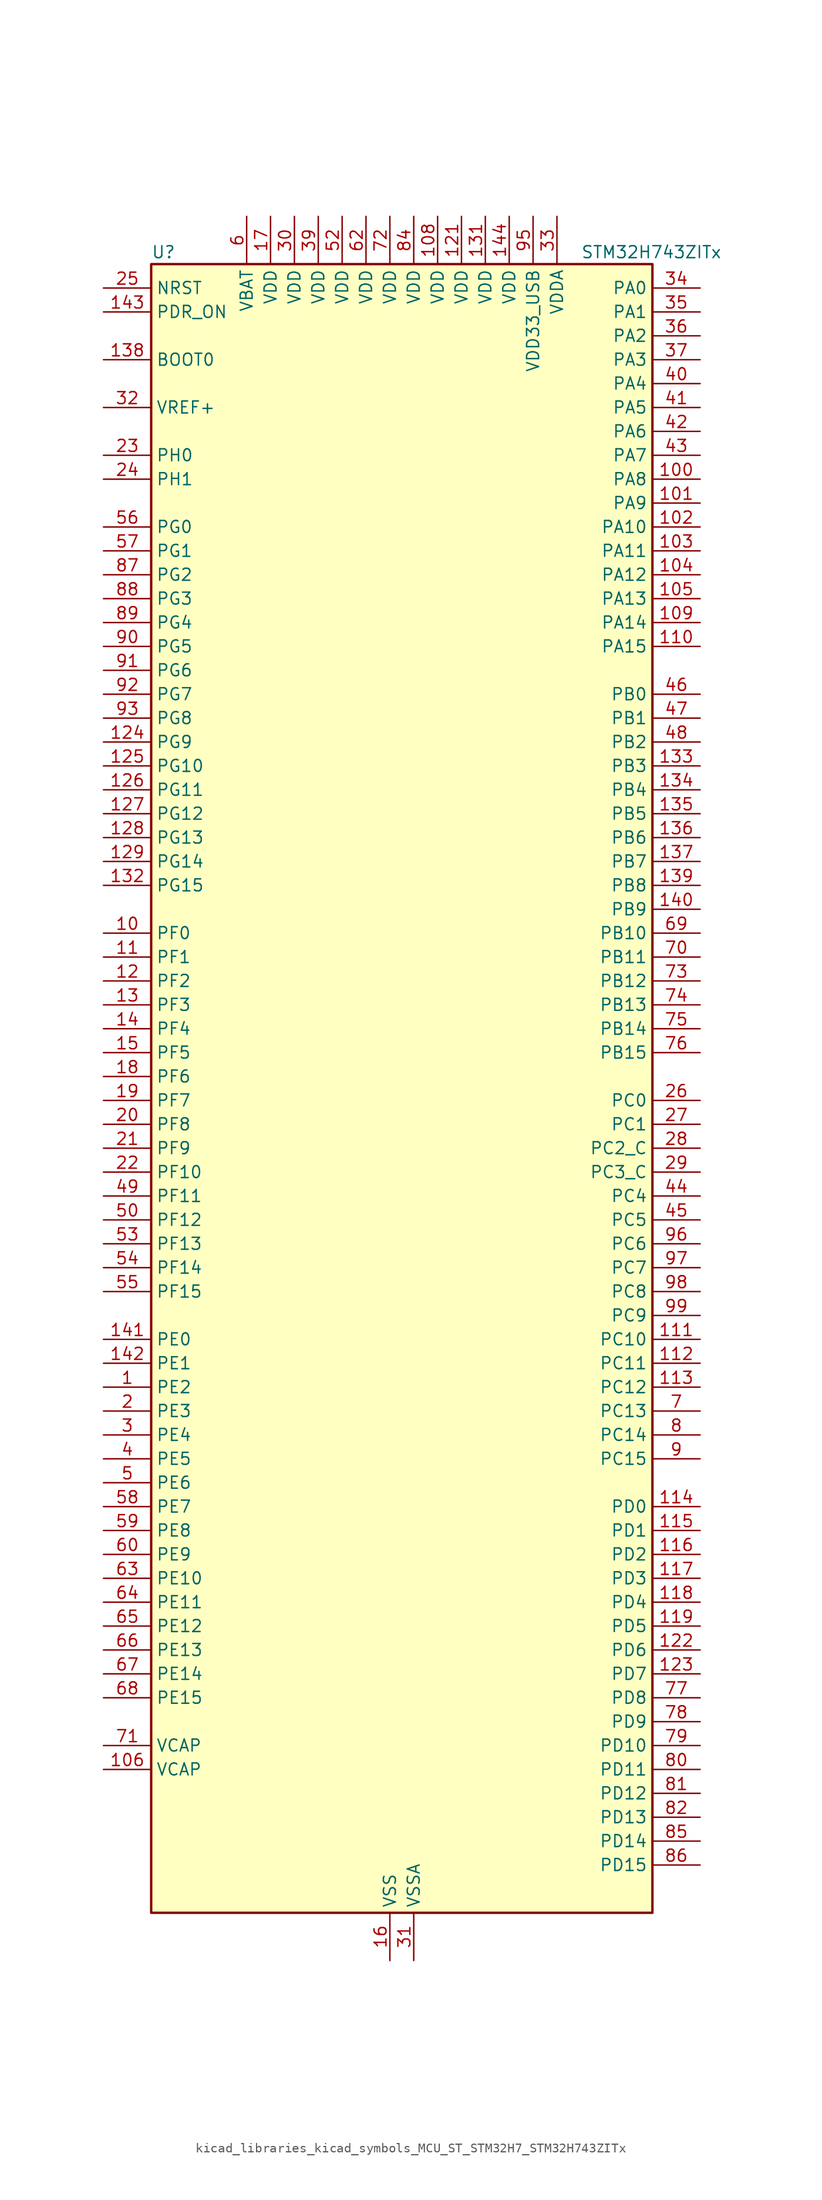
<source format=kicad_sym>
(kicad_symbol_lib
  (version 20220914)
  (generator kicad_symbol_editor)
  (symbol "kicad_libraries_kicad_symbols_MCU_ST_STM32H7_STM32H743ZITx"
    (property "Reference" "U"
      (at -25.4 90.17 0)
      (effects (font (size 1.27 1.27)) (justify left)))
    (property "Value" "STM32H743ZITx"
      (at 20.32 90.17 0)
      (effects (font (size 1.27 1.27)) (justify left)))
    (property "ki_locked" ""
      (at 0 0 0)
      (effects (font (size 1.27 1.27))))
    (symbol "kicad_libraries_kicad_symbols_MCU_ST_STM32H7_STM32H743ZITx_0_1"
      (rectangle (start -25.4 -86.36) (end 27.94 88.9) (stroke (width 0.254) (type default)) (fill (type background))))
    (symbol "kicad_libraries_kicad_symbols_MCU_ST_STM32H7_STM32H743ZITx_1_1"
      (pin bidirectional line (at -30.48 -30.48 0) (length 5.08) (name "PE2" (effects (font (size 1.27 1.27)))) (number "1" (effects (font (size 1.27 1.27)))) (alternate "DEBUG_TRACECLK" bidirectional line) (alternate "ETH_TXD3" bidirectional line) (alternate "FMC_A23" bidirectional line) (alternate "QUADSPI_BK1_IO2" bidirectional line) (alternate "SAI1_CK1" bidirectional line) (alternate "SAI1_MCLK_A" bidirectional line) (alternate "SAI4_CK1" bidirectional line) (alternate "SAI4_MCLK_A" bidirectional line) (alternate "SPI4_SCK" bidirectional line))
      (pin bidirectional line (at -30.48 17.78 0) (length 5.08) (name "PF0" (effects (font (size 1.27 1.27)))) (number "10" (effects (font (size 1.27 1.27)))) (alternate "FMC_A0" bidirectional line) (alternate "I2C2_SDA" bidirectional line))
      (pin bidirectional line (at 33.02 66.04 180) (length 5.08) (name "PA8" (effects (font (size 1.27 1.27)))) (number "100" (effects (font (size 1.27 1.27)))) (alternate "HRTIM_CHB2" bidirectional line) (alternate "I2C3_SCL" bidirectional line) (alternate "LTDC_B3" bidirectional line) (alternate "LTDC_R6" bidirectional line) (alternate "RCC_MCO_1" bidirectional line) (alternate "TIM1_CH1" bidirectional line) (alternate "TIM8_BKIN2" bidirectional line) (alternate "TIM8_BKIN2_COMP1" bidirectional line) (alternate "TIM8_BKIN2_COMP2" bidirectional line) (alternate "UART7_RX" bidirectional line) (alternate "USART1_CK" bidirectional line) (alternate "USB_OTG_FS_SOF" bidirectional line))
      (pin bidirectional line (at 33.02 63.5 180) (length 5.08) (name "PA9" (effects (font (size 1.27 1.27)))) (number "101" (effects (font (size 1.27 1.27)))) (alternate "DAC1_EXTI9" bidirectional line) (alternate "DCMI_D0" bidirectional line) (alternate "HRTIM_CHC1" bidirectional line) (alternate "I2C3_SMBA" bidirectional line) (alternate "I2S2_CK" bidirectional line) (alternate "LPUART1_TX" bidirectional line) (alternate "LTDC_R5" bidirectional line) (alternate "SPI2_SCK" bidirectional line) (alternate "TIM1_CH2" bidirectional line) (alternate "USART1_TX" bidirectional line) (alternate "USB_OTG_FS_VBUS" bidirectional line))
      (pin bidirectional line (at 33.02 60.96 180) (length 5.08) (name "PA10" (effects (font (size 1.27 1.27)))) (number "102" (effects (font (size 1.27 1.27)))) (alternate "DCMI_D1" bidirectional line) (alternate "HRTIM_CHC2" bidirectional line) (alternate "LPUART1_RX" bidirectional line) (alternate "LTDC_B1" bidirectional line) (alternate "LTDC_B4" bidirectional line) (alternate "MDIOS_MDIO" bidirectional line) (alternate "TIM1_CH3" bidirectional line) (alternate "USART1_RX" bidirectional line) (alternate "USB_OTG_FS_ID" bidirectional line))
      (pin bidirectional line (at 33.02 58.42 180) (length 5.08) (name "PA11" (effects (font (size 1.27 1.27)))) (number "103" (effects (font (size 1.27 1.27)))) (alternate "ADC1_EXTI11" bidirectional line) (alternate "ADC2_EXTI11" bidirectional line) (alternate "ADC3_EXTI11" bidirectional line) (alternate "FDCAN1_RX" bidirectional line) (alternate "HRTIM_CHD1" bidirectional line) (alternate "I2S2_WS" bidirectional line) (alternate "LPUART1_CTS" bidirectional line) (alternate "LTDC_R4" bidirectional line) (alternate "SPI2_NSS" bidirectional line) (alternate "TIM1_CH4" bidirectional line) (alternate "UART4_RX" bidirectional line) (alternate "USART1_CTS" bidirectional line) (alternate "USART1_NSS" bidirectional line) (alternate "USB_OTG_FS_DM" bidirectional line))
      (pin bidirectional line (at 33.02 55.88 180) (length 5.08) (name "PA12" (effects (font (size 1.27 1.27)))) (number "104" (effects (font (size 1.27 1.27)))) (alternate "FDCAN1_TX" bidirectional line) (alternate "HRTIM_CHD2" bidirectional line) (alternate "I2S2_CK" bidirectional line) (alternate "LPUART1_DE" bidirectional line) (alternate "LPUART1_RTS" bidirectional line) (alternate "LTDC_R5" bidirectional line) (alternate "SAI2_FS_B" bidirectional line) (alternate "SPI2_SCK" bidirectional line) (alternate "TIM1_ETR" bidirectional line) (alternate "UART4_TX" bidirectional line) (alternate "USART1_DE" bidirectional line) (alternate "USART1_RTS" bidirectional line) (alternate "USB_OTG_FS_DP" bidirectional line))
      (pin bidirectional line (at 33.02 53.34 180) (length 5.08) (name "PA13" (effects (font (size 1.27 1.27)))) (number "105" (effects (font (size 1.27 1.27)))) (alternate "DEBUG_JTMS-SWDIO" bidirectional line))
      (pin power_out line (at -30.48 -71.12 0) (length 5.08) (name "VCAP" (effects (font (size 1.27 1.27)))) (number "106" (effects (font (size 1.27 1.27)))))
      (pin passive line (at 0 -91.44 90) (length 5.08) hide (name "VSS" (effects (font (size 1.27 1.27)))) (number "107" (effects (font (size 1.27 1.27)))))
      (pin power_in line (at 5.08 93.98 270) (length 5.08) (name "VDD" (effects (font (size 1.27 1.27)))) (number "108" (effects (font (size 1.27 1.27)))))
      (pin bidirectional line (at 33.02 50.8 180) (length 5.08) (name "PA14" (effects (font (size 1.27 1.27)))) (number "109" (effects (font (size 1.27 1.27)))) (alternate "DEBUG_JTCK-SWCLK" bidirectional line))
      (pin bidirectional line (at -30.48 15.24 0) (length 5.08) (name "PF1" (effects (font (size 1.27 1.27)))) (number "11" (effects (font (size 1.27 1.27)))) (alternate "FMC_A1" bidirectional line) (alternate "I2C2_SCL" bidirectional line))
      (pin bidirectional line (at 33.02 48.26 180) (length 5.08) (name "PA15" (effects (font (size 1.27 1.27)))) (number "110" (effects (font (size 1.27 1.27)))) (alternate "ADC1_EXTI15" bidirectional line) (alternate "ADC2_EXTI15" bidirectional line) (alternate "ADC3_EXTI15" bidirectional line) (alternate "CEC" bidirectional line) (alternate "DEBUG_JTDI" bidirectional line) (alternate "HRTIM_FLT1" bidirectional line) (alternate "I2S1_WS" bidirectional line) (alternate "I2S3_WS" bidirectional line) (alternate "SPI1_NSS" bidirectional line) (alternate "SPI3_NSS" bidirectional line) (alternate "SPI6_NSS" bidirectional line) (alternate "TIM2_CH1" bidirectional line) (alternate "TIM2_ETR" bidirectional line) (alternate "UART4_DE" bidirectional line) (alternate "UART4_RTS" bidirectional line) (alternate "UART7_TX" bidirectional line))
      (pin bidirectional line (at 33.02 -25.4 180) (length 5.08) (name "PC10" (effects (font (size 1.27 1.27)))) (number "111" (effects (font (size 1.27 1.27)))) (alternate "DCMI_D8" bidirectional line) (alternate "DFSDM1_CKIN5" bidirectional line) (alternate "HRTIM_EEV1" bidirectional line) (alternate "I2S3_CK" bidirectional line) (alternate "LTDC_R2" bidirectional line) (alternate "QUADSPI_BK1_IO1" bidirectional line) (alternate "SDMMC1_D2" bidirectional line) (alternate "SPI3_SCK" bidirectional line) (alternate "UART4_TX" bidirectional line) (alternate "USART3_TX" bidirectional line))
      (pin bidirectional line (at 33.02 -27.94 180) (length 5.08) (name "PC11" (effects (font (size 1.27 1.27)))) (number "112" (effects (font (size 1.27 1.27)))) (alternate "ADC1_EXTI11" bidirectional line) (alternate "ADC2_EXTI11" bidirectional line) (alternate "ADC3_EXTI11" bidirectional line) (alternate "DCMI_D4" bidirectional line) (alternate "DFSDM1_DATIN5" bidirectional line) (alternate "HRTIM_FLT2" bidirectional line) (alternate "I2S3_SDI" bidirectional line) (alternate "QUADSPI_BK2_NCS" bidirectional line) (alternate "SDMMC1_D3" bidirectional line) (alternate "SPI3_MISO" bidirectional line) (alternate "UART4_RX" bidirectional line) (alternate "USART3_RX" bidirectional line))
      (pin bidirectional line (at 33.02 -30.48 180) (length 5.08) (name "PC12" (effects (font (size 1.27 1.27)))) (number "113" (effects (font (size 1.27 1.27)))) (alternate "DCMI_D9" bidirectional line) (alternate "DEBUG_TRACED3" bidirectional line) (alternate "HRTIM_EEV2" bidirectional line) (alternate "I2S3_SDO" bidirectional line) (alternate "SDMMC1_CK" bidirectional line) (alternate "SPI3_MOSI" bidirectional line) (alternate "UART5_TX" bidirectional line) (alternate "USART3_CK" bidirectional line))
      (pin bidirectional line (at 33.02 -43.18 180) (length 5.08) (name "PD0" (effects (font (size 1.27 1.27)))) (number "114" (effects (font (size 1.27 1.27)))) (alternate "DFSDM1_CKIN6" bidirectional line) (alternate "FDCAN1_RX" bidirectional line) (alternate "FMC_D2" bidirectional line) (alternate "FMC_DA2" bidirectional line) (alternate "SAI3_SCK_A" bidirectional line) (alternate "UART4_RX" bidirectional line))
      (pin bidirectional line (at 33.02 -45.72 180) (length 5.08) (name "PD1" (effects (font (size 1.27 1.27)))) (number "115" (effects (font (size 1.27 1.27)))) (alternate "DFSDM1_DATIN6" bidirectional line) (alternate "FDCAN1_TX" bidirectional line) (alternate "FMC_D3" bidirectional line) (alternate "FMC_DA3" bidirectional line) (alternate "SAI3_SD_A" bidirectional line) (alternate "UART4_TX" bidirectional line))
      (pin bidirectional line (at 33.02 -48.26 180) (length 5.08) (name "PD2" (effects (font (size 1.27 1.27)))) (number "116" (effects (font (size 1.27 1.27)))) (alternate "DCMI_D11" bidirectional line) (alternate "DEBUG_TRACED2" bidirectional line) (alternate "SDMMC1_CMD" bidirectional line) (alternate "TIM3_ETR" bidirectional line) (alternate "UART5_RX" bidirectional line))
      (pin bidirectional line (at 33.02 -50.8 180) (length 5.08) (name "PD3" (effects (font (size 1.27 1.27)))) (number "117" (effects (font (size 1.27 1.27)))) (alternate "DCMI_D5" bidirectional line) (alternate "DFSDM1_CKOUT" bidirectional line) (alternate "FMC_CLK" bidirectional line) (alternate "I2S2_CK" bidirectional line) (alternate "LTDC_G7" bidirectional line) (alternate "SPI2_SCK" bidirectional line) (alternate "USART2_CTS" bidirectional line) (alternate "USART2_NSS" bidirectional line))
      (pin bidirectional line (at 33.02 -53.34 180) (length 5.08) (name "PD4" (effects (font (size 1.27 1.27)))) (number "118" (effects (font (size 1.27 1.27)))) (alternate "FMC_NOE" bidirectional line) (alternate "HRTIM_FLT3" bidirectional line) (alternate "SAI3_FS_A" bidirectional line) (alternate "USART2_DE" bidirectional line) (alternate "USART2_RTS" bidirectional line))
      (pin bidirectional line (at 33.02 -55.88 180) (length 5.08) (name "PD5" (effects (font (size 1.27 1.27)))) (number "119" (effects (font (size 1.27 1.27)))) (alternate "FMC_NWE" bidirectional line) (alternate "HRTIM_EEV3" bidirectional line) (alternate "USART2_TX" bidirectional line))
      (pin bidirectional line (at -30.48 12.7 0) (length 5.08) (name "PF2" (effects (font (size 1.27 1.27)))) (number "12" (effects (font (size 1.27 1.27)))) (alternate "FMC_A2" bidirectional line) (alternate "I2C2_SMBA" bidirectional line))
      (pin passive line (at 0 -91.44 90) (length 5.08) hide (name "VSS" (effects (font (size 1.27 1.27)))) (number "120" (effects (font (size 1.27 1.27)))))
      (pin power_in line (at 7.62 93.98 270) (length 5.08) (name "VDD" (effects (font (size 1.27 1.27)))) (number "121" (effects (font (size 1.27 1.27)))))
      (pin bidirectional line (at 33.02 -58.42 180) (length 5.08) (name "PD6" (effects (font (size 1.27 1.27)))) (number "122" (effects (font (size 1.27 1.27)))) (alternate "DCMI_D10" bidirectional line) (alternate "DFSDM1_CKIN4" bidirectional line) (alternate "DFSDM1_DATIN1" bidirectional line) (alternate "FMC_NWAIT" bidirectional line) (alternate "I2S3_SDO" bidirectional line) (alternate "LTDC_B2" bidirectional line) (alternate "SAI1_D1" bidirectional line) (alternate "SAI1_SD_A" bidirectional line) (alternate "SAI4_D1" bidirectional line) (alternate "SAI4_SD_A" bidirectional line) (alternate "SDMMC2_CK" bidirectional line) (alternate "SPI3_MOSI" bidirectional line) (alternate "USART2_RX" bidirectional line))
      (pin bidirectional line (at 33.02 -60.96 180) (length 5.08) (name "PD7" (effects (font (size 1.27 1.27)))) (number "123" (effects (font (size 1.27 1.27)))) (alternate "DFSDM1_CKIN1" bidirectional line) (alternate "DFSDM1_DATIN4" bidirectional line) (alternate "FMC_NE1" bidirectional line) (alternate "I2S1_SDO" bidirectional line) (alternate "SDMMC2_CMD" bidirectional line) (alternate "SPDIFRX1_IN0" bidirectional line) (alternate "SPI1_MOSI" bidirectional line) (alternate "USART2_CK" bidirectional line))
      (pin bidirectional line (at -30.48 38.1 0) (length 5.08) (name "PG9" (effects (font (size 1.27 1.27)))) (number "124" (effects (font (size 1.27 1.27)))) (alternate "DAC1_EXTI9" bidirectional line) (alternate "DCMI_VSYNC" bidirectional line) (alternate "FMC_NCE" bidirectional line) (alternate "FMC_NE2" bidirectional line) (alternate "I2S1_SDI" bidirectional line) (alternate "QUADSPI_BK2_IO2" bidirectional line) (alternate "SAI2_FS_B" bidirectional line) (alternate "SPDIFRX1_IN3" bidirectional line) (alternate "SPI1_MISO" bidirectional line) (alternate "USART6_RX" bidirectional line))
      (pin bidirectional line (at -30.48 35.56 0) (length 5.08) (name "PG10" (effects (font (size 1.27 1.27)))) (number "125" (effects (font (size 1.27 1.27)))) (alternate "DCMI_D2" bidirectional line) (alternate "FMC_NE3" bidirectional line) (alternate "HRTIM_FLT5" bidirectional line) (alternate "I2S1_WS" bidirectional line) (alternate "LTDC_B2" bidirectional line) (alternate "LTDC_G3" bidirectional line) (alternate "SAI2_SD_B" bidirectional line) (alternate "SPI1_NSS" bidirectional line))
      (pin bidirectional line (at -30.48 33.02 0) (length 5.08) (name "PG11" (effects (font (size 1.27 1.27)))) (number "126" (effects (font (size 1.27 1.27)))) (alternate "ADC1_EXTI11" bidirectional line) (alternate "ADC2_EXTI11" bidirectional line) (alternate "ADC3_EXTI11" bidirectional line) (alternate "DCMI_D3" bidirectional line) (alternate "ETH_TX_EN" bidirectional line) (alternate "HRTIM_EEV4" bidirectional line) (alternate "I2S1_CK" bidirectional line) (alternate "LPTIM1_IN2" bidirectional line) (alternate "LTDC_B3" bidirectional line) (alternate "SDMMC2_D2" bidirectional line) (alternate "SPDIFRX1_IN0" bidirectional line) (alternate "SPI1_SCK" bidirectional line))
      (pin bidirectional line (at -30.48 30.48 0) (length 5.08) (name "PG12" (effects (font (size 1.27 1.27)))) (number "127" (effects (font (size 1.27 1.27)))) (alternate "ETH_TXD1" bidirectional line) (alternate "FMC_NE4" bidirectional line) (alternate "HRTIM_EEV5" bidirectional line) (alternate "LPTIM1_IN1" bidirectional line) (alternate "LTDC_B1" bidirectional line) (alternate "LTDC_B4" bidirectional line) (alternate "SPDIFRX1_IN1" bidirectional line) (alternate "SPI6_MISO" bidirectional line) (alternate "USART6_DE" bidirectional line) (alternate "USART6_RTS" bidirectional line))
      (pin bidirectional line (at -30.48 27.94 0) (length 5.08) (name "PG13" (effects (font (size 1.27 1.27)))) (number "128" (effects (font (size 1.27 1.27)))) (alternate "DEBUG_TRACED0" bidirectional line) (alternate "ETH_TXD0" bidirectional line) (alternate "FMC_A24" bidirectional line) (alternate "HRTIM_EEV10" bidirectional line) (alternate "LPTIM1_OUT" bidirectional line) (alternate "LTDC_R0" bidirectional line) (alternate "SPI6_SCK" bidirectional line) (alternate "USART6_CTS" bidirectional line) (alternate "USART6_NSS" bidirectional line))
      (pin bidirectional line (at -30.48 25.4 0) (length 5.08) (name "PG14" (effects (font (size 1.27 1.27)))) (number "129" (effects (font (size 1.27 1.27)))) (alternate "DEBUG_TRACED1" bidirectional line) (alternate "ETH_TXD1" bidirectional line) (alternate "FMC_A25" bidirectional line) (alternate "LPTIM1_ETR" bidirectional line) (alternate "LTDC_B0" bidirectional line) (alternate "QUADSPI_BK2_IO3" bidirectional line) (alternate "SPI6_MOSI" bidirectional line) (alternate "USART6_TX" bidirectional line))
      (pin bidirectional line (at -30.48 10.16 0) (length 5.08) (name "PF3" (effects (font (size 1.27 1.27)))) (number "13" (effects (font (size 1.27 1.27)))) (alternate "ADC3_INP5" bidirectional line) (alternate "FMC_A3" bidirectional line))
      (pin passive line (at 0 -91.44 90) (length 5.08) hide (name "VSS" (effects (font (size 1.27 1.27)))) (number "130" (effects (font (size 1.27 1.27)))))
      (pin power_in line (at 10.16 93.98 270) (length 5.08) (name "VDD" (effects (font (size 1.27 1.27)))) (number "131" (effects (font (size 1.27 1.27)))))
      (pin bidirectional line (at -30.48 22.86 0) (length 5.08) (name "PG15" (effects (font (size 1.27 1.27)))) (number "132" (effects (font (size 1.27 1.27)))) (alternate "ADC1_EXTI15" bidirectional line) (alternate "ADC2_EXTI15" bidirectional line) (alternate "ADC3_EXTI15" bidirectional line) (alternate "DCMI_D13" bidirectional line) (alternate "FMC_SDNCAS" bidirectional line) (alternate "USART6_CTS" bidirectional line) (alternate "USART6_NSS" bidirectional line))
      (pin bidirectional line (at 33.02 35.56 180) (length 5.08) (name "PB3" (effects (font (size 1.27 1.27)))) (number "133" (effects (font (size 1.27 1.27)))) (alternate "CRS_SYNC" bidirectional line) (alternate "DEBUG_JTDO-SWO" bidirectional line) (alternate "HRTIM_FLT4" bidirectional line) (alternate "I2S1_CK" bidirectional line) (alternate "I2S3_CK" bidirectional line) (alternate "SDMMC2_D2" bidirectional line) (alternate "SPI1_SCK" bidirectional line) (alternate "SPI3_SCK" bidirectional line) (alternate "SPI6_SCK" bidirectional line) (alternate "TIM2_CH2" bidirectional line) (alternate "UART7_RX" bidirectional line))
      (pin bidirectional line (at 33.02 33.02 180) (length 5.08) (name "PB4" (effects (font (size 1.27 1.27)))) (number "134" (effects (font (size 1.27 1.27)))) (alternate "DEBUG_JTRST" bidirectional line) (alternate "HRTIM_EEV6" bidirectional line) (alternate "I2S1_SDI" bidirectional line) (alternate "I2S2_WS" bidirectional line) (alternate "I2S3_SDI" bidirectional line) (alternate "SDMMC2_D3" bidirectional line) (alternate "SPI1_MISO" bidirectional line) (alternate "SPI2_NSS" bidirectional line) (alternate "SPI3_MISO" bidirectional line) (alternate "SPI6_MISO" bidirectional line) (alternate "TIM16_BKIN" bidirectional line) (alternate "TIM3_CH1" bidirectional line) (alternate "UART7_TX" bidirectional line))
      (pin bidirectional line (at 33.02 30.48 180) (length 5.08) (name "PB5" (effects (font (size 1.27 1.27)))) (number "135" (effects (font (size 1.27 1.27)))) (alternate "DCMI_D10" bidirectional line) (alternate "ETH_PPS_OUT" bidirectional line) (alternate "FDCAN2_RX" bidirectional line) (alternate "FMC_SDCKE1" bidirectional line) (alternate "HRTIM_EEV7" bidirectional line) (alternate "I2C1_SMBA" bidirectional line) (alternate "I2C4_SMBA" bidirectional line) (alternate "I2S1_SDO" bidirectional line) (alternate "I2S3_SDO" bidirectional line) (alternate "SPI1_MOSI" bidirectional line) (alternate "SPI3_MOSI" bidirectional line) (alternate "SPI6_MOSI" bidirectional line) (alternate "TIM17_BKIN" bidirectional line) (alternate "TIM3_CH2" bidirectional line) (alternate "UART5_RX" bidirectional line) (alternate "USB_OTG_HS_ULPI_D7" bidirectional line))
      (pin bidirectional line (at 33.02 27.94 180) (length 5.08) (name "PB6" (effects (font (size 1.27 1.27)))) (number "136" (effects (font (size 1.27 1.27)))) (alternate "CEC" bidirectional line) (alternate "DCMI_D5" bidirectional line) (alternate "DFSDM1_DATIN5" bidirectional line) (alternate "FDCAN2_TX" bidirectional line) (alternate "FMC_SDNE1" bidirectional line) (alternate "HRTIM_EEV8" bidirectional line) (alternate "I2C1_SCL" bidirectional line) (alternate "I2C4_SCL" bidirectional line) (alternate "LPUART1_TX" bidirectional line) (alternate "QUADSPI_BK1_NCS" bidirectional line) (alternate "TIM16_CH1N" bidirectional line) (alternate "TIM4_CH1" bidirectional line) (alternate "UART5_TX" bidirectional line) (alternate "USART1_TX" bidirectional line))
      (pin bidirectional line (at 33.02 25.4 180) (length 5.08) (name "PB7" (effects (font (size 1.27 1.27)))) (number "137" (effects (font (size 1.27 1.27)))) (alternate "DCMI_VSYNC" bidirectional line) (alternate "DFSDM1_CKIN5" bidirectional line) (alternate "FMC_NL" bidirectional line) (alternate "HRTIM_EEV9" bidirectional line) (alternate "I2C1_SDA" bidirectional line) (alternate "I2C4_SDA" bidirectional line) (alternate "LPUART1_RX" bidirectional line) (alternate "PWR_PVD_IN" bidirectional line) (alternate "TIM17_CH1N" bidirectional line) (alternate "TIM4_CH2" bidirectional line) (alternate "USART1_RX" bidirectional line))
      (pin input line (at -30.48 78.74 0) (length 5.08) (name "BOOT0" (effects (font (size 1.27 1.27)))) (number "138" (effects (font (size 1.27 1.27)))))
      (pin bidirectional line (at 33.02 22.86 180) (length 5.08) (name "PB8" (effects (font (size 1.27 1.27)))) (number "139" (effects (font (size 1.27 1.27)))) (alternate "DCMI_D6" bidirectional line) (alternate "DFSDM1_CKIN7" bidirectional line) (alternate "ETH_TXD3" bidirectional line) (alternate "FDCAN1_RX" bidirectional line) (alternate "I2C1_SCL" bidirectional line) (alternate "I2C4_SCL" bidirectional line) (alternate "LTDC_B6" bidirectional line) (alternate "SDMMC1_CKIN" bidirectional line) (alternate "SDMMC1_D4" bidirectional line) (alternate "SDMMC2_D4" bidirectional line) (alternate "TIM16_CH1" bidirectional line) (alternate "TIM4_CH3" bidirectional line) (alternate "UART4_RX" bidirectional line))
      (pin bidirectional line (at -30.48 7.62 0) (length 5.08) (name "PF4" (effects (font (size 1.27 1.27)))) (number "14" (effects (font (size 1.27 1.27)))) (alternate "ADC3_INN5" bidirectional line) (alternate "ADC3_INP9" bidirectional line) (alternate "FMC_A4" bidirectional line))
      (pin bidirectional line (at 33.02 20.32 180) (length 5.08) (name "PB9" (effects (font (size 1.27 1.27)))) (number "140" (effects (font (size 1.27 1.27)))) (alternate "DAC1_EXTI9" bidirectional line) (alternate "DCMI_D7" bidirectional line) (alternate "DFSDM1_DATIN7" bidirectional line) (alternate "FDCAN1_TX" bidirectional line) (alternate "I2C1_SDA" bidirectional line) (alternate "I2C4_SDA" bidirectional line) (alternate "I2C4_SMBA" bidirectional line) (alternate "I2S2_WS" bidirectional line) (alternate "LTDC_B7" bidirectional line) (alternate "SDMMC1_CDIR" bidirectional line) (alternate "SDMMC1_D5" bidirectional line) (alternate "SDMMC2_D5" bidirectional line) (alternate "SPI2_NSS" bidirectional line) (alternate "TIM17_CH1" bidirectional line) (alternate "TIM4_CH4" bidirectional line) (alternate "UART4_TX" bidirectional line))
      (pin bidirectional line (at -30.48 -25.4 0) (length 5.08) (name "PE0" (effects (font (size 1.27 1.27)))) (number "141" (effects (font (size 1.27 1.27)))) (alternate "DCMI_D2" bidirectional line) (alternate "FMC_NBL0" bidirectional line) (alternate "HRTIM_SCIN" bidirectional line) (alternate "LPTIM1_ETR" bidirectional line) (alternate "LPTIM2_ETR" bidirectional line) (alternate "SAI2_MCLK_A" bidirectional line) (alternate "TIM4_ETR" bidirectional line) (alternate "UART8_RX" bidirectional line))
      (pin bidirectional line (at -30.48 -27.94 0) (length 5.08) (name "PE1" (effects (font (size 1.27 1.27)))) (number "142" (effects (font (size 1.27 1.27)))) (alternate "DCMI_D3" bidirectional line) (alternate "FMC_NBL1" bidirectional line) (alternate "HRTIM_SCOUT" bidirectional line) (alternate "LPTIM1_IN2" bidirectional line) (alternate "UART8_TX" bidirectional line))
      (pin input line (at -30.48 83.82 0) (length 5.08) (name "PDR_ON" (effects (font (size 1.27 1.27)))) (number "143" (effects (font (size 1.27 1.27)))))
      (pin power_in line (at 12.7 93.98 270) (length 5.08) (name "VDD" (effects (font (size 1.27 1.27)))) (number "144" (effects (font (size 1.27 1.27)))))
      (pin bidirectional line (at -30.48 5.08 0) (length 5.08) (name "PF5" (effects (font (size 1.27 1.27)))) (number "15" (effects (font (size 1.27 1.27)))) (alternate "ADC3_INP4" bidirectional line) (alternate "FMC_A5" bidirectional line))
      (pin power_in line (at 0 -91.44 90) (length 5.08) (name "VSS" (effects (font (size 1.27 1.27)))) (number "16" (effects (font (size 1.27 1.27)))))
      (pin power_in line (at -12.7 93.98 270) (length 5.08) (name "VDD" (effects (font (size 1.27 1.27)))) (number "17" (effects (font (size 1.27 1.27)))))
      (pin bidirectional line (at -30.48 2.54 0) (length 5.08) (name "PF6" (effects (font (size 1.27 1.27)))) (number "18" (effects (font (size 1.27 1.27)))) (alternate "ADC3_INN4" bidirectional line) (alternate "ADC3_INP8" bidirectional line) (alternate "QUADSPI_BK1_IO3" bidirectional line) (alternate "SAI1_SD_B" bidirectional line) (alternate "SAI4_SD_B" bidirectional line) (alternate "SPI5_NSS" bidirectional line) (alternate "TIM16_CH1" bidirectional line) (alternate "UART7_RX" bidirectional line))
      (pin bidirectional line (at -30.48 0 0) (length 5.08) (name "PF7" (effects (font (size 1.27 1.27)))) (number "19" (effects (font (size 1.27 1.27)))) (alternate "ADC3_INP3" bidirectional line) (alternate "QUADSPI_BK1_IO2" bidirectional line) (alternate "SAI1_MCLK_B" bidirectional line) (alternate "SAI4_MCLK_B" bidirectional line) (alternate "SPI5_SCK" bidirectional line) (alternate "TIM17_CH1" bidirectional line) (alternate "UART7_TX" bidirectional line))
      (pin bidirectional line (at -30.48 -33.02 0) (length 5.08) (name "PE3" (effects (font (size 1.27 1.27)))) (number "2" (effects (font (size 1.27 1.27)))) (alternate "DEBUG_TRACED0" bidirectional line) (alternate "FMC_A19" bidirectional line) (alternate "SAI1_SD_B" bidirectional line) (alternate "SAI4_SD_B" bidirectional line) (alternate "TIM15_BKIN" bidirectional line))
      (pin bidirectional line (at -30.48 -2.54 0) (length 5.08) (name "PF8" (effects (font (size 1.27 1.27)))) (number "20" (effects (font (size 1.27 1.27)))) (alternate "ADC3_INN3" bidirectional line) (alternate "ADC3_INP7" bidirectional line) (alternate "QUADSPI_BK1_IO0" bidirectional line) (alternate "SAI1_SCK_B" bidirectional line) (alternate "SAI4_SCK_B" bidirectional line) (alternate "SPI5_MISO" bidirectional line) (alternate "TIM13_CH1" bidirectional line) (alternate "TIM16_CH1N" bidirectional line) (alternate "UART7_DE" bidirectional line) (alternate "UART7_RTS" bidirectional line))
      (pin bidirectional line (at -30.48 -5.08 0) (length 5.08) (name "PF9" (effects (font (size 1.27 1.27)))) (number "21" (effects (font (size 1.27 1.27)))) (alternate "ADC3_INP2" bidirectional line) (alternate "DAC1_EXTI9" bidirectional line) (alternate "QUADSPI_BK1_IO1" bidirectional line) (alternate "SAI1_FS_B" bidirectional line) (alternate "SAI4_FS_B" bidirectional line) (alternate "SPI5_MOSI" bidirectional line) (alternate "TIM14_CH1" bidirectional line) (alternate "TIM17_CH1N" bidirectional line) (alternate "UART7_CTS" bidirectional line))
      (pin bidirectional line (at -30.48 -7.62 0) (length 5.08) (name "PF10" (effects (font (size 1.27 1.27)))) (number "22" (effects (font (size 1.27 1.27)))) (alternate "ADC3_INN2" bidirectional line) (alternate "ADC3_INP6" bidirectional line) (alternate "DCMI_D11" bidirectional line) (alternate "LTDC_DE" bidirectional line) (alternate "QUADSPI_CLK" bidirectional line) (alternate "SAI1_D3" bidirectional line) (alternate "SAI4_D3" bidirectional line) (alternate "TIM16_BKIN" bidirectional line))
      (pin bidirectional line (at -30.48 68.58 0) (length 5.08) (name "PH0" (effects (font (size 1.27 1.27)))) (number "23" (effects (font (size 1.27 1.27)))) (alternate "RCC_OSC_IN" bidirectional line))
      (pin bidirectional line (at -30.48 66.04 0) (length 5.08) (name "PH1" (effects (font (size 1.27 1.27)))) (number "24" (effects (font (size 1.27 1.27)))) (alternate "RCC_OSC_OUT" bidirectional line))
      (pin input line (at -30.48 86.36 0) (length 5.08) (name "NRST" (effects (font (size 1.27 1.27)))) (number "25" (effects (font (size 1.27 1.27)))))
      (pin bidirectional line (at 33.02 0 180) (length 5.08) (name "PC0" (effects (font (size 1.27 1.27)))) (number "26" (effects (font (size 1.27 1.27)))) (alternate "ADC1_INP10" bidirectional line) (alternate "ADC2_INP10" bidirectional line) (alternate "ADC3_INP10" bidirectional line) (alternate "DFSDM1_CKIN0" bidirectional line) (alternate "DFSDM1_DATIN4" bidirectional line) (alternate "FMC_SDNWE" bidirectional line) (alternate "LTDC_R5" bidirectional line) (alternate "SAI2_FS_B" bidirectional line) (alternate "USB_OTG_HS_ULPI_STP" bidirectional line))
      (pin bidirectional line (at 33.02 -2.54 180) (length 5.08) (name "PC1" (effects (font (size 1.27 1.27)))) (number "27" (effects (font (size 1.27 1.27)))) (alternate "ADC1_INN10" bidirectional line) (alternate "ADC1_INP11" bidirectional line) (alternate "ADC2_INN10" bidirectional line) (alternate "ADC2_INP11" bidirectional line) (alternate "ADC3_INN10" bidirectional line) (alternate "ADC3_INP11" bidirectional line) (alternate "DEBUG_TRACED0" bidirectional line) (alternate "DFSDM1_CKIN4" bidirectional line) (alternate "DFSDM1_DATIN0" bidirectional line) (alternate "ETH_MDC" bidirectional line) (alternate "I2S2_SDO" bidirectional line) (alternate "MDIOS_MDC" bidirectional line) (alternate "PWR_WKUP5" bidirectional line) (alternate "RTC_TAMP3" bidirectional line) (alternate "SAI1_D1" bidirectional line) (alternate "SAI1_SD_A" bidirectional line) (alternate "SAI4_D1" bidirectional line) (alternate "SAI4_SD_A" bidirectional line) (alternate "SDMMC2_CK" bidirectional line) (alternate "SPI2_MOSI" bidirectional line))
      (pin bidirectional line (at 33.02 -5.08 180) (length 5.08) (name "PC2_C" (effects (font (size 1.27 1.27)))) (number "28" (effects (font (size 1.27 1.27)))) (alternate "ADC3_INN1" bidirectional line) (alternate "ADC3_INP0" bidirectional line) (alternate "DFSDM1_CKIN1" bidirectional line) (alternate "DFSDM1_CKOUT" bidirectional line) (alternate "ETH_TXD2" bidirectional line) (alternate "FMC_SDNE0" bidirectional line) (alternate "I2S2_SDI" bidirectional line) (alternate "PWR_CSTOP" bidirectional line) (alternate "SPI2_MISO" bidirectional line) (alternate "USB_OTG_HS_ULPI_DIR" bidirectional line))
      (pin bidirectional line (at 33.02 -7.62 180) (length 5.08) (name "PC3_C" (effects (font (size 1.27 1.27)))) (number "29" (effects (font (size 1.27 1.27)))) (alternate "ADC3_INP1" bidirectional line) (alternate "DFSDM1_DATIN1" bidirectional line) (alternate "ETH_TX_CLK" bidirectional line) (alternate "FMC_SDCKE0" bidirectional line) (alternate "I2S2_SDO" bidirectional line) (alternate "PWR_CSLEEP" bidirectional line) (alternate "SPI2_MOSI" bidirectional line) (alternate "USB_OTG_HS_ULPI_NXT" bidirectional line))
      (pin bidirectional line (at -30.48 -35.56 0) (length 5.08) (name "PE4" (effects (font (size 1.27 1.27)))) (number "3" (effects (font (size 1.27 1.27)))) (alternate "DCMI_D4" bidirectional line) (alternate "DEBUG_TRACED1" bidirectional line) (alternate "DFSDM1_DATIN3" bidirectional line) (alternate "FMC_A20" bidirectional line) (alternate "LTDC_B0" bidirectional line) (alternate "SAI1_D2" bidirectional line) (alternate "SAI1_FS_A" bidirectional line) (alternate "SAI4_D2" bidirectional line) (alternate "SAI4_FS_A" bidirectional line) (alternate "SPI4_NSS" bidirectional line) (alternate "TIM15_CH1N" bidirectional line))
      (pin power_in line (at -10.16 93.98 270) (length 5.08) (name "VDD" (effects (font (size 1.27 1.27)))) (number "30" (effects (font (size 1.27 1.27)))))
      (pin power_in line (at 2.54 -91.44 90) (length 5.08) (name "VSSA" (effects (font (size 1.27 1.27)))) (number "31" (effects (font (size 1.27 1.27)))))
      (pin input line (at -30.48 73.66 0) (length 5.08) (name "VREF+" (effects (font (size 1.27 1.27)))) (number "32" (effects (font (size 1.27 1.27)))) (alternate "VREFBUF_OUT" bidirectional line))
      (pin power_in line (at 17.78 93.98 270) (length 5.08) (name "VDDA" (effects (font (size 1.27 1.27)))) (number "33" (effects (font (size 1.27 1.27)))))
      (pin bidirectional line (at 33.02 86.36 180) (length 5.08) (name "PA0" (effects (font (size 1.27 1.27)))) (number "34" (effects (font (size 1.27 1.27)))) (alternate "ADC1_INP16" bidirectional line) (alternate "ETH_CRS" bidirectional line) (alternate "PWR_WKUP0" bidirectional line) (alternate "SAI2_SD_B" bidirectional line) (alternate "SDMMC2_CMD" bidirectional line) (alternate "TIM15_BKIN" bidirectional line) (alternate "TIM2_CH1" bidirectional line) (alternate "TIM2_ETR" bidirectional line) (alternate "TIM5_CH1" bidirectional line) (alternate "TIM8_ETR" bidirectional line) (alternate "UART4_TX" bidirectional line) (alternate "USART2_CTS" bidirectional line) (alternate "USART2_NSS" bidirectional line))
      (pin bidirectional line (at 33.02 83.82 180) (length 5.08) (name "PA1" (effects (font (size 1.27 1.27)))) (number "35" (effects (font (size 1.27 1.27)))) (alternate "ADC1_INN16" bidirectional line) (alternate "ADC1_INP17" bidirectional line) (alternate "ETH_REF_CLK" bidirectional line) (alternate "ETH_RX_CLK" bidirectional line) (alternate "LPTIM3_OUT" bidirectional line) (alternate "LTDC_R2" bidirectional line) (alternate "QUADSPI_BK1_IO3" bidirectional line) (alternate "SAI2_MCLK_B" bidirectional line) (alternate "TIM15_CH1N" bidirectional line) (alternate "TIM2_CH2" bidirectional line) (alternate "TIM5_CH2" bidirectional line) (alternate "UART4_RX" bidirectional line) (alternate "USART2_DE" bidirectional line) (alternate "USART2_RTS" bidirectional line))
      (pin bidirectional line (at 33.02 81.28 180) (length 5.08) (name "PA2" (effects (font (size 1.27 1.27)))) (number "36" (effects (font (size 1.27 1.27)))) (alternate "ADC1_INP14" bidirectional line) (alternate "ADC2_INP14" bidirectional line) (alternate "ETH_MDIO" bidirectional line) (alternate "LPTIM4_OUT" bidirectional line) (alternate "LTDC_R1" bidirectional line) (alternate "MDIOS_MDIO" bidirectional line) (alternate "PWR_WKUP1" bidirectional line) (alternate "SAI2_SCK_B" bidirectional line) (alternate "TIM15_CH1" bidirectional line) (alternate "TIM2_CH3" bidirectional line) (alternate "TIM5_CH3" bidirectional line) (alternate "USART2_TX" bidirectional line))
      (pin bidirectional line (at 33.02 78.74 180) (length 5.08) (name "PA3" (effects (font (size 1.27 1.27)))) (number "37" (effects (font (size 1.27 1.27)))) (alternate "ADC1_INP15" bidirectional line) (alternate "ADC2_INP15" bidirectional line) (alternate "ETH_COL" bidirectional line) (alternate "LPTIM5_OUT" bidirectional line) (alternate "LTDC_B2" bidirectional line) (alternate "LTDC_B5" bidirectional line) (alternate "TIM15_CH2" bidirectional line) (alternate "TIM2_CH4" bidirectional line) (alternate "TIM5_CH4" bidirectional line) (alternate "USART2_RX" bidirectional line) (alternate "USB_OTG_HS_ULPI_D0" bidirectional line))
      (pin passive line (at 0 -91.44 90) (length 5.08) hide (name "VSS" (effects (font (size 1.27 1.27)))) (number "38" (effects (font (size 1.27 1.27)))))
      (pin power_in line (at -7.62 93.98 270) (length 5.08) (name "VDD" (effects (font (size 1.27 1.27)))) (number "39" (effects (font (size 1.27 1.27)))))
      (pin bidirectional line (at -30.48 -38.1 0) (length 5.08) (name "PE5" (effects (font (size 1.27 1.27)))) (number "4" (effects (font (size 1.27 1.27)))) (alternate "DCMI_D6" bidirectional line) (alternate "DEBUG_TRACED2" bidirectional line) (alternate "DFSDM1_CKIN3" bidirectional line) (alternate "FMC_A21" bidirectional line) (alternate "LTDC_G0" bidirectional line) (alternate "SAI1_CK2" bidirectional line) (alternate "SAI1_SCK_A" bidirectional line) (alternate "SAI4_CK2" bidirectional line) (alternate "SAI4_SCK_A" bidirectional line) (alternate "SPI4_MISO" bidirectional line) (alternate "TIM15_CH1" bidirectional line))
      (pin bidirectional line (at 33.02 76.2 180) (length 5.08) (name "PA4" (effects (font (size 1.27 1.27)))) (number "40" (effects (font (size 1.27 1.27)))) (alternate "ADC1_INP18" bidirectional line) (alternate "ADC2_INP18" bidirectional line) (alternate "DAC1_OUT1" bidirectional line) (alternate "DCMI_HSYNC" bidirectional line) (alternate "I2S1_WS" bidirectional line) (alternate "I2S3_WS" bidirectional line) (alternate "LTDC_VSYNC" bidirectional line) (alternate "SPI1_NSS" bidirectional line) (alternate "SPI3_NSS" bidirectional line) (alternate "SPI6_NSS" bidirectional line) (alternate "TIM5_ETR" bidirectional line) (alternate "USART2_CK" bidirectional line) (alternate "USB_OTG_HS_SOF" bidirectional line))
      (pin bidirectional line (at 33.02 73.66 180) (length 5.08) (name "PA5" (effects (font (size 1.27 1.27)))) (number "41" (effects (font (size 1.27 1.27)))) (alternate "ADC1_INN18" bidirectional line) (alternate "ADC1_INP19" bidirectional line) (alternate "ADC2_INN18" bidirectional line) (alternate "ADC2_INP19" bidirectional line) (alternate "DAC1_OUT2" bidirectional line) (alternate "I2S1_CK" bidirectional line) (alternate "LTDC_R4" bidirectional line) (alternate "PWR_NDSTOP2" bidirectional line) (alternate "SPI1_SCK" bidirectional line) (alternate "SPI6_SCK" bidirectional line) (alternate "TIM2_CH1" bidirectional line) (alternate "TIM2_ETR" bidirectional line) (alternate "TIM8_CH1N" bidirectional line) (alternate "USB_OTG_HS_ULPI_CK" bidirectional line))
      (pin bidirectional line (at 33.02 71.12 180) (length 5.08) (name "PA6" (effects (font (size 1.27 1.27)))) (number "42" (effects (font (size 1.27 1.27)))) (alternate "ADC1_INP3" bidirectional line) (alternate "ADC2_INP3" bidirectional line) (alternate "DCMI_PIXCLK" bidirectional line) (alternate "I2S1_SDI" bidirectional line) (alternate "LTDC_G2" bidirectional line) (alternate "MDIOS_MDC" bidirectional line) (alternate "SPI1_MISO" bidirectional line) (alternate "SPI6_MISO" bidirectional line) (alternate "TIM13_CH1" bidirectional line) (alternate "TIM1_BKIN" bidirectional line) (alternate "TIM1_BKIN_COMP1" bidirectional line) (alternate "TIM1_BKIN_COMP2" bidirectional line) (alternate "TIM3_CH1" bidirectional line) (alternate "TIM8_BKIN" bidirectional line) (alternate "TIM8_BKIN_COMP1" bidirectional line) (alternate "TIM8_BKIN_COMP2" bidirectional line))
      (pin bidirectional line (at 33.02 68.58 180) (length 5.08) (name "PA7" (effects (font (size 1.27 1.27)))) (number "43" (effects (font (size 1.27 1.27)))) (alternate "ADC1_INN3" bidirectional line) (alternate "ADC1_INP7" bidirectional line) (alternate "ADC2_INN3" bidirectional line) (alternate "ADC2_INP7" bidirectional line) (alternate "ETH_CRS_DV" bidirectional line) (alternate "ETH_RX_DV" bidirectional line) (alternate "FMC_SDNWE" bidirectional line) (alternate "I2S1_SDO" bidirectional line) (alternate "OPAMP1_VINM" bidirectional line) (alternate "OPAMP1_VINM1" bidirectional line) (alternate "SPI1_MOSI" bidirectional line) (alternate "SPI6_MOSI" bidirectional line) (alternate "TIM14_CH1" bidirectional line) (alternate "TIM1_CH1N" bidirectional line) (alternate "TIM3_CH2" bidirectional line) (alternate "TIM8_CH1N" bidirectional line))
      (pin bidirectional line (at 33.02 -10.16 180) (length 5.08) (name "PC4" (effects (font (size 1.27 1.27)))) (number "44" (effects (font (size 1.27 1.27)))) (alternate "ADC1_INP4" bidirectional line) (alternate "ADC2_INP4" bidirectional line) (alternate "COMP1_INM" bidirectional line) (alternate "DFSDM1_CKIN2" bidirectional line) (alternate "ETH_RXD0" bidirectional line) (alternate "FMC_SDNE0" bidirectional line) (alternate "I2S1_MCK" bidirectional line) (alternate "OPAMP1_VOUT" bidirectional line) (alternate "SPDIFRX1_IN2" bidirectional line))
      (pin bidirectional line (at 33.02 -12.7 180) (length 5.08) (name "PC5" (effects (font (size 1.27 1.27)))) (number "45" (effects (font (size 1.27 1.27)))) (alternate "ADC1_INN4" bidirectional line) (alternate "ADC1_INP8" bidirectional line) (alternate "ADC2_INN4" bidirectional line) (alternate "ADC2_INP8" bidirectional line) (alternate "COMP1_OUT" bidirectional line) (alternate "DFSDM1_DATIN2" bidirectional line) (alternate "ETH_RXD1" bidirectional line) (alternate "FMC_SDCKE0" bidirectional line) (alternate "OPAMP1_VINM" bidirectional line) (alternate "OPAMP1_VINM0" bidirectional line) (alternate "SAI1_D3" bidirectional line) (alternate "SAI4_D3" bidirectional line) (alternate "SPDIFRX1_IN3" bidirectional line))
      (pin bidirectional line (at 33.02 43.18 180) (length 5.08) (name "PB0" (effects (font (size 1.27 1.27)))) (number "46" (effects (font (size 1.27 1.27)))) (alternate "ADC1_INN5" bidirectional line) (alternate "ADC1_INP9" bidirectional line) (alternate "ADC2_INN5" bidirectional line) (alternate "ADC2_INP9" bidirectional line) (alternate "COMP1_INP" bidirectional line) (alternate "DFSDM1_CKOUT" bidirectional line) (alternate "ETH_RXD2" bidirectional line) (alternate "LTDC_G1" bidirectional line) (alternate "LTDC_R3" bidirectional line) (alternate "OPAMP1_VINP" bidirectional line) (alternate "TIM1_CH2N" bidirectional line) (alternate "TIM3_CH3" bidirectional line) (alternate "TIM8_CH2N" bidirectional line) (alternate "UART4_CTS" bidirectional line) (alternate "USB_OTG_HS_ULPI_D1" bidirectional line))
      (pin bidirectional line (at 33.02 40.64 180) (length 5.08) (name "PB1" (effects (font (size 1.27 1.27)))) (number "47" (effects (font (size 1.27 1.27)))) (alternate "ADC1_INP5" bidirectional line) (alternate "ADC2_INP5" bidirectional line) (alternate "COMP1_INM" bidirectional line) (alternate "DFSDM1_DATIN1" bidirectional line) (alternate "ETH_RXD3" bidirectional line) (alternate "LTDC_G0" bidirectional line) (alternate "LTDC_R6" bidirectional line) (alternate "TIM1_CH3N" bidirectional line) (alternate "TIM3_CH4" bidirectional line) (alternate "TIM8_CH3N" bidirectional line) (alternate "USB_OTG_HS_ULPI_D2" bidirectional line))
      (pin bidirectional line (at 33.02 38.1 180) (length 5.08) (name "PB2" (effects (font (size 1.27 1.27)))) (number "48" (effects (font (size 1.27 1.27)))) (alternate "COMP1_INP" bidirectional line) (alternate "DFSDM1_CKIN1" bidirectional line) (alternate "I2S3_SDO" bidirectional line) (alternate "QUADSPI_CLK" bidirectional line) (alternate "RTC_OUT_ALARM" bidirectional line) (alternate "RTC_OUT_CALIB" bidirectional line) (alternate "SAI1_D1" bidirectional line) (alternate "SAI1_SD_A" bidirectional line) (alternate "SAI4_D1" bidirectional line) (alternate "SAI4_SD_A" bidirectional line) (alternate "SPI3_MOSI" bidirectional line))
      (pin bidirectional line (at -30.48 -10.16 0) (length 5.08) (name "PF11" (effects (font (size 1.27 1.27)))) (number "49" (effects (font (size 1.27 1.27)))) (alternate "ADC1_EXTI11" bidirectional line) (alternate "ADC1_INP2" bidirectional line) (alternate "ADC2_EXTI11" bidirectional line) (alternate "ADC3_EXTI11" bidirectional line) (alternate "DCMI_D12" bidirectional line) (alternate "FMC_SDNRAS" bidirectional line) (alternate "SAI2_SD_B" bidirectional line) (alternate "SPI5_MOSI" bidirectional line))
      (pin bidirectional line (at -30.48 -40.64 0) (length 5.08) (name "PE6" (effects (font (size 1.27 1.27)))) (number "5" (effects (font (size 1.27 1.27)))) (alternate "DCMI_D7" bidirectional line) (alternate "DEBUG_TRACED3" bidirectional line) (alternate "FMC_A22" bidirectional line) (alternate "LTDC_G1" bidirectional line) (alternate "SAI1_D1" bidirectional line) (alternate "SAI1_SD_A" bidirectional line) (alternate "SAI2_MCLK_B" bidirectional line) (alternate "SAI4_D1" bidirectional line) (alternate "SAI4_SD_A" bidirectional line) (alternate "SPI4_MOSI" bidirectional line) (alternate "TIM15_CH2" bidirectional line) (alternate "TIM1_BKIN2" bidirectional line) (alternate "TIM1_BKIN2_COMP1" bidirectional line) (alternate "TIM1_BKIN2_COMP2" bidirectional line))
      (pin bidirectional line (at -30.48 -12.7 0) (length 5.08) (name "PF12" (effects (font (size 1.27 1.27)))) (number "50" (effects (font (size 1.27 1.27)))) (alternate "ADC1_INN2" bidirectional line) (alternate "ADC1_INP6" bidirectional line) (alternate "FMC_A6" bidirectional line))
      (pin passive line (at 0 -91.44 90) (length 5.08) hide (name "VSS" (effects (font (size 1.27 1.27)))) (number "51" (effects (font (size 1.27 1.27)))))
      (pin power_in line (at -5.08 93.98 270) (length 5.08) (name "VDD" (effects (font (size 1.27 1.27)))) (number "52" (effects (font (size 1.27 1.27)))))
      (pin bidirectional line (at -30.48 -15.24 0) (length 5.08) (name "PF13" (effects (font (size 1.27 1.27)))) (number "53" (effects (font (size 1.27 1.27)))) (alternate "ADC2_INP2" bidirectional line) (alternate "DFSDM1_DATIN6" bidirectional line) (alternate "FMC_A7" bidirectional line) (alternate "I2C4_SMBA" bidirectional line))
      (pin bidirectional line (at -30.48 -17.78 0) (length 5.08) (name "PF14" (effects (font (size 1.27 1.27)))) (number "54" (effects (font (size 1.27 1.27)))) (alternate "ADC2_INN2" bidirectional line) (alternate "ADC2_INP6" bidirectional line) (alternate "DFSDM1_CKIN6" bidirectional line) (alternate "FMC_A8" bidirectional line) (alternate "I2C4_SCL" bidirectional line))
      (pin bidirectional line (at -30.48 -20.32 0) (length 5.08) (name "PF15" (effects (font (size 1.27 1.27)))) (number "55" (effects (font (size 1.27 1.27)))) (alternate "ADC1_EXTI15" bidirectional line) (alternate "ADC2_EXTI15" bidirectional line) (alternate "ADC3_EXTI15" bidirectional line) (alternate "FMC_A9" bidirectional line) (alternate "I2C4_SDA" bidirectional line))
      (pin bidirectional line (at -30.48 60.96 0) (length 5.08) (name "PG0" (effects (font (size 1.27 1.27)))) (number "56" (effects (font (size 1.27 1.27)))) (alternate "FMC_A10" bidirectional line))
      (pin bidirectional line (at -30.48 58.42 0) (length 5.08) (name "PG1" (effects (font (size 1.27 1.27)))) (number "57" (effects (font (size 1.27 1.27)))) (alternate "FMC_A11" bidirectional line) (alternate "OPAMP2_VINM" bidirectional line) (alternate "OPAMP2_VINM1" bidirectional line))
      (pin bidirectional line (at -30.48 -43.18 0) (length 5.08) (name "PE7" (effects (font (size 1.27 1.27)))) (number "58" (effects (font (size 1.27 1.27)))) (alternate "COMP2_INM" bidirectional line) (alternate "DFSDM1_DATIN2" bidirectional line) (alternate "FMC_D4" bidirectional line) (alternate "FMC_DA4" bidirectional line) (alternate "OPAMP2_VOUT" bidirectional line) (alternate "QUADSPI_BK2_IO0" bidirectional line) (alternate "TIM1_ETR" bidirectional line) (alternate "UART7_RX" bidirectional line))
      (pin bidirectional line (at -30.48 -45.72 0) (length 5.08) (name "PE8" (effects (font (size 1.27 1.27)))) (number "59" (effects (font (size 1.27 1.27)))) (alternate "COMP2_OUT" bidirectional line) (alternate "DFSDM1_CKIN2" bidirectional line) (alternate "FMC_D5" bidirectional line) (alternate "FMC_DA5" bidirectional line) (alternate "OPAMP2_VINM" bidirectional line) (alternate "OPAMP2_VINM0" bidirectional line) (alternate "QUADSPI_BK2_IO1" bidirectional line) (alternate "TIM1_CH1N" bidirectional line) (alternate "UART7_TX" bidirectional line))
      (pin power_in line (at -15.24 93.98 270) (length 5.08) (name "VBAT" (effects (font (size 1.27 1.27)))) (number "6" (effects (font (size 1.27 1.27)))))
      (pin bidirectional line (at -30.48 -48.26 0) (length 5.08) (name "PE9" (effects (font (size 1.27 1.27)))) (number "60" (effects (font (size 1.27 1.27)))) (alternate "COMP2_INP" bidirectional line) (alternate "DAC1_EXTI9" bidirectional line) (alternate "DFSDM1_CKOUT" bidirectional line) (alternate "FMC_D6" bidirectional line) (alternate "FMC_DA6" bidirectional line) (alternate "OPAMP2_VINP" bidirectional line) (alternate "QUADSPI_BK2_IO2" bidirectional line) (alternate "TIM1_CH1" bidirectional line) (alternate "UART7_DE" bidirectional line) (alternate "UART7_RTS" bidirectional line))
      (pin passive line (at 0 -91.44 90) (length 5.08) hide (name "VSS" (effects (font (size 1.27 1.27)))) (number "61" (effects (font (size 1.27 1.27)))))
      (pin power_in line (at -2.54 93.98 270) (length 5.08) (name "VDD" (effects (font (size 1.27 1.27)))) (number "62" (effects (font (size 1.27 1.27)))))
      (pin bidirectional line (at -30.48 -50.8 0) (length 5.08) (name "PE10" (effects (font (size 1.27 1.27)))) (number "63" (effects (font (size 1.27 1.27)))) (alternate "COMP2_INM" bidirectional line) (alternate "DFSDM1_DATIN4" bidirectional line) (alternate "FMC_D7" bidirectional line) (alternate "FMC_DA7" bidirectional line) (alternate "QUADSPI_BK2_IO3" bidirectional line) (alternate "TIM1_CH2N" bidirectional line) (alternate "UART7_CTS" bidirectional line))
      (pin bidirectional line (at -30.48 -53.34 0) (length 5.08) (name "PE11" (effects (font (size 1.27 1.27)))) (number "64" (effects (font (size 1.27 1.27)))) (alternate "ADC1_EXTI11" bidirectional line) (alternate "ADC2_EXTI11" bidirectional line) (alternate "ADC3_EXTI11" bidirectional line) (alternate "COMP2_INP" bidirectional line) (alternate "DFSDM1_CKIN4" bidirectional line) (alternate "FMC_D8" bidirectional line) (alternate "FMC_DA8" bidirectional line) (alternate "LTDC_G3" bidirectional line) (alternate "SAI2_SD_B" bidirectional line) (alternate "SPI4_NSS" bidirectional line) (alternate "TIM1_CH2" bidirectional line))
      (pin bidirectional line (at -30.48 -55.88 0) (length 5.08) (name "PE12" (effects (font (size 1.27 1.27)))) (number "65" (effects (font (size 1.27 1.27)))) (alternate "COMP1_OUT" bidirectional line) (alternate "DFSDM1_DATIN5" bidirectional line) (alternate "FMC_D9" bidirectional line) (alternate "FMC_DA9" bidirectional line) (alternate "LTDC_B4" bidirectional line) (alternate "SAI2_SCK_B" bidirectional line) (alternate "SPI4_SCK" bidirectional line) (alternate "TIM1_CH3N" bidirectional line))
      (pin bidirectional line (at -30.48 -58.42 0) (length 5.08) (name "PE13" (effects (font (size 1.27 1.27)))) (number "66" (effects (font (size 1.27 1.27)))) (alternate "COMP2_OUT" bidirectional line) (alternate "DFSDM1_CKIN5" bidirectional line) (alternate "FMC_D10" bidirectional line) (alternate "FMC_DA10" bidirectional line) (alternate "LTDC_DE" bidirectional line) (alternate "SAI2_FS_B" bidirectional line) (alternate "SPI4_MISO" bidirectional line) (alternate "TIM1_CH3" bidirectional line))
      (pin bidirectional line (at -30.48 -60.96 0) (length 5.08) (name "PE14" (effects (font (size 1.27 1.27)))) (number "67" (effects (font (size 1.27 1.27)))) (alternate "FMC_D11" bidirectional line) (alternate "FMC_DA11" bidirectional line) (alternate "LTDC_CLK" bidirectional line) (alternate "SAI2_MCLK_B" bidirectional line) (alternate "SPI4_MOSI" bidirectional line) (alternate "TIM1_CH4" bidirectional line))
      (pin bidirectional line (at -30.48 -63.5 0) (length 5.08) (name "PE15" (effects (font (size 1.27 1.27)))) (number "68" (effects (font (size 1.27 1.27)))) (alternate "ADC1_EXTI15" bidirectional line) (alternate "ADC2_EXTI15" bidirectional line) (alternate "ADC3_EXTI15" bidirectional line) (alternate "FMC_D12" bidirectional line) (alternate "FMC_DA12" bidirectional line) (alternate "LTDC_R7" bidirectional line) (alternate "TIM1_BKIN" bidirectional line) (alternate "TIM1_BKIN_COMP1" bidirectional line) (alternate "TIM1_BKIN_COMP2" bidirectional line))
      (pin bidirectional line (at 33.02 17.78 180) (length 5.08) (name "PB10" (effects (font (size 1.27 1.27)))) (number "69" (effects (font (size 1.27 1.27)))) (alternate "DFSDM1_DATIN7" bidirectional line) (alternate "ETH_RX_ER" bidirectional line) (alternate "HRTIM_SCOUT" bidirectional line) (alternate "I2C2_SCL" bidirectional line) (alternate "I2S2_CK" bidirectional line) (alternate "LPTIM2_IN1" bidirectional line) (alternate "LTDC_G4" bidirectional line) (alternate "QUADSPI_BK1_NCS" bidirectional line) (alternate "SPI2_SCK" bidirectional line) (alternate "TIM2_CH3" bidirectional line) (alternate "USART3_TX" bidirectional line) (alternate "USB_OTG_HS_ULPI_D3" bidirectional line))
      (pin bidirectional line (at 33.02 -33.02 180) (length 5.08) (name "PC13" (effects (font (size 1.27 1.27)))) (number "7" (effects (font (size 1.27 1.27)))) (alternate "PWR_WKUP2" bidirectional line) (alternate "RTC_OUT_ALARM" bidirectional line) (alternate "RTC_OUT_CALIB" bidirectional line) (alternate "RTC_TAMP1" bidirectional line) (alternate "RTC_TS" bidirectional line))
      (pin bidirectional line (at 33.02 15.24 180) (length 5.08) (name "PB11" (effects (font (size 1.27 1.27)))) (number "70" (effects (font (size 1.27 1.27)))) (alternate "ADC1_EXTI11" bidirectional line) (alternate "ADC2_EXTI11" bidirectional line) (alternate "ADC3_EXTI11" bidirectional line) (alternate "DFSDM1_CKIN7" bidirectional line) (alternate "ETH_TX_EN" bidirectional line) (alternate "HRTIM_SCIN" bidirectional line) (alternate "I2C2_SDA" bidirectional line) (alternate "LPTIM2_ETR" bidirectional line) (alternate "LTDC_G5" bidirectional line) (alternate "TIM2_CH4" bidirectional line) (alternate "USART3_RX" bidirectional line) (alternate "USB_OTG_HS_ULPI_D4" bidirectional line))
      (pin power_out line (at -30.48 -68.58 0) (length 5.08) (name "VCAP" (effects (font (size 1.27 1.27)))) (number "71" (effects (font (size 1.27 1.27)))))
      (pin power_in line (at 0 93.98 270) (length 5.08) (name "VDD" (effects (font (size 1.27 1.27)))) (number "72" (effects (font (size 1.27 1.27)))))
      (pin bidirectional line (at 33.02 12.7 180) (length 5.08) (name "PB12" (effects (font (size 1.27 1.27)))) (number "73" (effects (font (size 1.27 1.27)))) (alternate "DFSDM1_DATIN1" bidirectional line) (alternate "ETH_TXD0" bidirectional line) (alternate "FDCAN2_RX" bidirectional line) (alternate "I2C2_SMBA" bidirectional line) (alternate "I2S2_WS" bidirectional line) (alternate "SPI2_NSS" bidirectional line) (alternate "TIM1_BKIN" bidirectional line) (alternate "TIM1_BKIN_COMP1" bidirectional line) (alternate "TIM1_BKIN_COMP2" bidirectional line) (alternate "UART5_RX" bidirectional line) (alternate "USART3_CK" bidirectional line) (alternate "USB_OTG_HS_ID" bidirectional line) (alternate "USB_OTG_HS_ULPI_D5" bidirectional line))
      (pin bidirectional line (at 33.02 10.16 180) (length 5.08) (name "PB13" (effects (font (size 1.27 1.27)))) (number "74" (effects (font (size 1.27 1.27)))) (alternate "DFSDM1_CKIN1" bidirectional line) (alternate "ETH_TXD1" bidirectional line) (alternate "FDCAN2_TX" bidirectional line) (alternate "I2S2_CK" bidirectional line) (alternate "LPTIM2_OUT" bidirectional line) (alternate "SPI2_SCK" bidirectional line) (alternate "TIM1_CH1N" bidirectional line) (alternate "UART5_TX" bidirectional line) (alternate "USART3_CTS" bidirectional line) (alternate "USART3_NSS" bidirectional line) (alternate "USB_OTG_HS_ULPI_D6" bidirectional line) (alternate "USB_OTG_HS_VBUS" bidirectional line))
      (pin bidirectional line (at 33.02 7.62 180) (length 5.08) (name "PB14" (effects (font (size 1.27 1.27)))) (number "75" (effects (font (size 1.27 1.27)))) (alternate "DFSDM1_DATIN2" bidirectional line) (alternate "I2S2_SDI" bidirectional line) (alternate "SDMMC2_D0" bidirectional line) (alternate "SPI2_MISO" bidirectional line) (alternate "TIM12_CH1" bidirectional line) (alternate "TIM1_CH2N" bidirectional line) (alternate "TIM8_CH2N" bidirectional line) (alternate "UART4_DE" bidirectional line) (alternate "UART4_RTS" bidirectional line) (alternate "USART1_TX" bidirectional line) (alternate "USART3_DE" bidirectional line) (alternate "USART3_RTS" bidirectional line) (alternate "USB_OTG_HS_DM" bidirectional line))
      (pin bidirectional line (at 33.02 5.08 180) (length 5.08) (name "PB15" (effects (font (size 1.27 1.27)))) (number "76" (effects (font (size 1.27 1.27)))) (alternate "ADC1_EXTI15" bidirectional line) (alternate "ADC2_EXTI15" bidirectional line) (alternate "ADC3_EXTI15" bidirectional line) (alternate "DFSDM1_CKIN2" bidirectional line) (alternate "I2S2_SDO" bidirectional line) (alternate "RTC_REFIN" bidirectional line) (alternate "SDMMC2_D1" bidirectional line) (alternate "SPI2_MOSI" bidirectional line) (alternate "TIM12_CH2" bidirectional line) (alternate "TIM1_CH3N" bidirectional line) (alternate "TIM8_CH3N" bidirectional line) (alternate "UART4_CTS" bidirectional line) (alternate "USART1_RX" bidirectional line) (alternate "USB_OTG_HS_DP" bidirectional line))
      (pin bidirectional line (at 33.02 -63.5 180) (length 5.08) (name "PD8" (effects (font (size 1.27 1.27)))) (number "77" (effects (font (size 1.27 1.27)))) (alternate "DFSDM1_CKIN3" bidirectional line) (alternate "FMC_D13" bidirectional line) (alternate "FMC_DA13" bidirectional line) (alternate "SAI3_SCK_B" bidirectional line) (alternate "SPDIFRX1_IN1" bidirectional line) (alternate "USART3_TX" bidirectional line))
      (pin bidirectional line (at 33.02 -66.04 180) (length 5.08) (name "PD9" (effects (font (size 1.27 1.27)))) (number "78" (effects (font (size 1.27 1.27)))) (alternate "DAC1_EXTI9" bidirectional line) (alternate "DFSDM1_DATIN3" bidirectional line) (alternate "FMC_D14" bidirectional line) (alternate "FMC_DA14" bidirectional line) (alternate "SAI3_SD_B" bidirectional line) (alternate "USART3_RX" bidirectional line))
      (pin bidirectional line (at 33.02 -68.58 180) (length 5.08) (name "PD10" (effects (font (size 1.27 1.27)))) (number "79" (effects (font (size 1.27 1.27)))) (alternate "DFSDM1_CKOUT" bidirectional line) (alternate "FMC_D15" bidirectional line) (alternate "FMC_DA15" bidirectional line) (alternate "LTDC_B3" bidirectional line) (alternate "SAI3_FS_B" bidirectional line) (alternate "USART3_CK" bidirectional line))
      (pin bidirectional line (at 33.02 -35.56 180) (length 5.08) (name "PC14" (effects (font (size 1.27 1.27)))) (number "8" (effects (font (size 1.27 1.27)))) (alternate "RCC_OSC32_IN" bidirectional line))
      (pin bidirectional line (at 33.02 -71.12 180) (length 5.08) (name "PD11" (effects (font (size 1.27 1.27)))) (number "80" (effects (font (size 1.27 1.27)))) (alternate "ADC1_EXTI11" bidirectional line) (alternate "ADC2_EXTI11" bidirectional line) (alternate "ADC3_EXTI11" bidirectional line) (alternate "FMC_A16" bidirectional line) (alternate "FMC_CLE" bidirectional line) (alternate "I2C4_SMBA" bidirectional line) (alternate "LPTIM2_IN2" bidirectional line) (alternate "QUADSPI_BK1_IO0" bidirectional line) (alternate "SAI2_SD_A" bidirectional line) (alternate "USART3_CTS" bidirectional line) (alternate "USART3_NSS" bidirectional line))
      (pin bidirectional line (at 33.02 -73.66 180) (length 5.08) (name "PD12" (effects (font (size 1.27 1.27)))) (number "81" (effects (font (size 1.27 1.27)))) (alternate "FMC_A17" bidirectional line) (alternate "FMC_ALE" bidirectional line) (alternate "I2C4_SCL" bidirectional line) (alternate "LPTIM1_IN1" bidirectional line) (alternate "LPTIM2_IN1" bidirectional line) (alternate "QUADSPI_BK1_IO1" bidirectional line) (alternate "SAI2_FS_A" bidirectional line) (alternate "TIM4_CH1" bidirectional line) (alternate "USART3_DE" bidirectional line) (alternate "USART3_RTS" bidirectional line))
      (pin bidirectional line (at 33.02 -76.2 180) (length 5.08) (name "PD13" (effects (font (size 1.27 1.27)))) (number "82" (effects (font (size 1.27 1.27)))) (alternate "FMC_A18" bidirectional line) (alternate "I2C4_SDA" bidirectional line) (alternate "LPTIM1_OUT" bidirectional line) (alternate "QUADSPI_BK1_IO3" bidirectional line) (alternate "SAI2_SCK_A" bidirectional line) (alternate "TIM4_CH2" bidirectional line))
      (pin passive line (at 0 -91.44 90) (length 5.08) hide (name "VSS" (effects (font (size 1.27 1.27)))) (number "83" (effects (font (size 1.27 1.27)))))
      (pin power_in line (at 2.54 93.98 270) (length 5.08) (name "VDD" (effects (font (size 1.27 1.27)))) (number "84" (effects (font (size 1.27 1.27)))))
      (pin bidirectional line (at 33.02 -78.74 180) (length 5.08) (name "PD14" (effects (font (size 1.27 1.27)))) (number "85" (effects (font (size 1.27 1.27)))) (alternate "FMC_D0" bidirectional line) (alternate "FMC_DA0" bidirectional line) (alternate "SAI3_MCLK_B" bidirectional line) (alternate "TIM4_CH3" bidirectional line) (alternate "UART8_CTS" bidirectional line))
      (pin bidirectional line (at 33.02 -81.28 180) (length 5.08) (name "PD15" (effects (font (size 1.27 1.27)))) (number "86" (effects (font (size 1.27 1.27)))) (alternate "ADC1_EXTI15" bidirectional line) (alternate "ADC2_EXTI15" bidirectional line) (alternate "ADC3_EXTI15" bidirectional line) (alternate "FMC_D1" bidirectional line) (alternate "FMC_DA1" bidirectional line) (alternate "SAI3_MCLK_A" bidirectional line) (alternate "TIM4_CH4" bidirectional line) (alternate "UART8_DE" bidirectional line) (alternate "UART8_RTS" bidirectional line))
      (pin bidirectional line (at -30.48 55.88 0) (length 5.08) (name "PG2" (effects (font (size 1.27 1.27)))) (number "87" (effects (font (size 1.27 1.27)))) (alternate "FMC_A12" bidirectional line) (alternate "TIM8_BKIN" bidirectional line) (alternate "TIM8_BKIN_COMP1" bidirectional line) (alternate "TIM8_BKIN_COMP2" bidirectional line))
      (pin bidirectional line (at -30.48 53.34 0) (length 5.08) (name "PG3" (effects (font (size 1.27 1.27)))) (number "88" (effects (font (size 1.27 1.27)))) (alternate "FMC_A13" bidirectional line) (alternate "TIM8_BKIN2" bidirectional line) (alternate "TIM8_BKIN2_COMP1" bidirectional line) (alternate "TIM8_BKIN2_COMP2" bidirectional line))
      (pin bidirectional line (at -30.48 50.8 0) (length 5.08) (name "PG4" (effects (font (size 1.27 1.27)))) (number "89" (effects (font (size 1.27 1.27)))) (alternate "FMC_A14" bidirectional line) (alternate "FMC_BA0" bidirectional line) (alternate "TIM1_BKIN2" bidirectional line) (alternate "TIM1_BKIN2_COMP1" bidirectional line) (alternate "TIM1_BKIN2_COMP2" bidirectional line))
      (pin bidirectional line (at 33.02 -38.1 180) (length 5.08) (name "PC15" (effects (font (size 1.27 1.27)))) (number "9" (effects (font (size 1.27 1.27)))) (alternate "ADC1_EXTI15" bidirectional line) (alternate "ADC2_EXTI15" bidirectional line) (alternate "ADC3_EXTI15" bidirectional line) (alternate "RCC_OSC32_OUT" bidirectional line))
      (pin bidirectional line (at -30.48 48.26 0) (length 5.08) (name "PG5" (effects (font (size 1.27 1.27)))) (number "90" (effects (font (size 1.27 1.27)))) (alternate "FMC_A15" bidirectional line) (alternate "FMC_BA1" bidirectional line) (alternate "TIM1_ETR" bidirectional line))
      (pin bidirectional line (at -30.48 45.72 0) (length 5.08) (name "PG6" (effects (font (size 1.27 1.27)))) (number "91" (effects (font (size 1.27 1.27)))) (alternate "DCMI_D12" bidirectional line) (alternate "FMC_NE3" bidirectional line) (alternate "HRTIM_CHE1" bidirectional line) (alternate "LTDC_R7" bidirectional line) (alternate "QUADSPI_BK1_NCS" bidirectional line) (alternate "TIM17_BKIN" bidirectional line))
      (pin bidirectional line (at -30.48 43.18 0) (length 5.08) (name "PG7" (effects (font (size 1.27 1.27)))) (number "92" (effects (font (size 1.27 1.27)))) (alternate "DCMI_D13" bidirectional line) (alternate "FMC_INT" bidirectional line) (alternate "HRTIM_CHE2" bidirectional line) (alternate "LTDC_CLK" bidirectional line) (alternate "SAI1_MCLK_A" bidirectional line) (alternate "USART6_CK" bidirectional line))
      (pin bidirectional line (at -30.48 40.64 0) (length 5.08) (name "PG8" (effects (font (size 1.27 1.27)))) (number "93" (effects (font (size 1.27 1.27)))) (alternate "ETH_PPS_OUT" bidirectional line) (alternate "FMC_SDCLK" bidirectional line) (alternate "LTDC_G7" bidirectional line) (alternate "SPDIFRX1_IN2" bidirectional line) (alternate "SPI6_NSS" bidirectional line) (alternate "TIM8_ETR" bidirectional line) (alternate "USART6_DE" bidirectional line) (alternate "USART6_RTS" bidirectional line))
      (pin passive line (at 0 -91.44 90) (length 5.08) hide (name "VSS" (effects (font (size 1.27 1.27)))) (number "94" (effects (font (size 1.27 1.27)))))
      (pin power_in line (at 15.24 93.98 270) (length 5.08) (name "VDD33_USB" (effects (font (size 1.27 1.27)))) (number "95" (effects (font (size 1.27 1.27)))))
      (pin bidirectional line (at 33.02 -15.24 180) (length 5.08) (name "PC6" (effects (font (size 1.27 1.27)))) (number "96" (effects (font (size 1.27 1.27)))) (alternate "DCMI_D0" bidirectional line) (alternate "DFSDM1_CKIN3" bidirectional line) (alternate "FMC_NWAIT" bidirectional line) (alternate "HRTIM_CHA1" bidirectional line) (alternate "I2S2_MCK" bidirectional line) (alternate "LTDC_HSYNC" bidirectional line) (alternate "SDMMC1_D0DIR" bidirectional line) (alternate "SDMMC1_D6" bidirectional line) (alternate "SDMMC2_D6" bidirectional line) (alternate "SWPMI1_IO" bidirectional line) (alternate "TIM3_CH1" bidirectional line) (alternate "TIM8_CH1" bidirectional line) (alternate "USART6_TX" bidirectional line))
      (pin bidirectional line (at 33.02 -17.78 180) (length 5.08) (name "PC7" (effects (font (size 1.27 1.27)))) (number "97" (effects (font (size 1.27 1.27)))) (alternate "DCMI_D1" bidirectional line) (alternate "DEBUG_TRGIO" bidirectional line) (alternate "DFSDM1_DATIN3" bidirectional line) (alternate "FMC_NE1" bidirectional line) (alternate "HRTIM_CHA2" bidirectional line) (alternate "I2S3_MCK" bidirectional line) (alternate "LTDC_G6" bidirectional line) (alternate "SDMMC1_D123DIR" bidirectional line) (alternate "SDMMC1_D7" bidirectional line) (alternate "SDMMC2_D7" bidirectional line) (alternate "SWPMI1_TX" bidirectional line) (alternate "TIM3_CH2" bidirectional line) (alternate "TIM8_CH2" bidirectional line) (alternate "USART6_RX" bidirectional line))
      (pin bidirectional line (at 33.02 -20.32 180) (length 5.08) (name "PC8" (effects (font (size 1.27 1.27)))) (number "98" (effects (font (size 1.27 1.27)))) (alternate "DCMI_D2" bidirectional line) (alternate "DEBUG_TRACED1" bidirectional line) (alternate "FMC_NCE" bidirectional line) (alternate "FMC_NE2" bidirectional line) (alternate "HRTIM_CHB1" bidirectional line) (alternate "SDMMC1_D0" bidirectional line) (alternate "SWPMI1_RX" bidirectional line) (alternate "TIM3_CH3" bidirectional line) (alternate "TIM8_CH3" bidirectional line) (alternate "UART5_DE" bidirectional line) (alternate "UART5_RTS" bidirectional line) (alternate "USART6_CK" bidirectional line))
      (pin bidirectional line (at 33.02 -22.86 180) (length 5.08) (name "PC9" (effects (font (size 1.27 1.27)))) (number "99" (effects (font (size 1.27 1.27)))) (alternate "DAC1_EXTI9" bidirectional line) (alternate "DCMI_D3" bidirectional line) (alternate "I2C3_SDA" bidirectional line) (alternate "I2S_CKIN" bidirectional line) (alternate "LTDC_B2" bidirectional line) (alternate "LTDC_G3" bidirectional line) (alternate "QUADSPI_BK1_IO0" bidirectional line) (alternate "RCC_MCO_2" bidirectional line) (alternate "SDMMC1_D1" bidirectional line) (alternate "SWPMI1_SUSPEND" bidirectional line) (alternate "TIM3_CH4" bidirectional line) (alternate "TIM8_CH4" bidirectional line) (alternate "UART5_CTS" bidirectional line)))))
</source>
